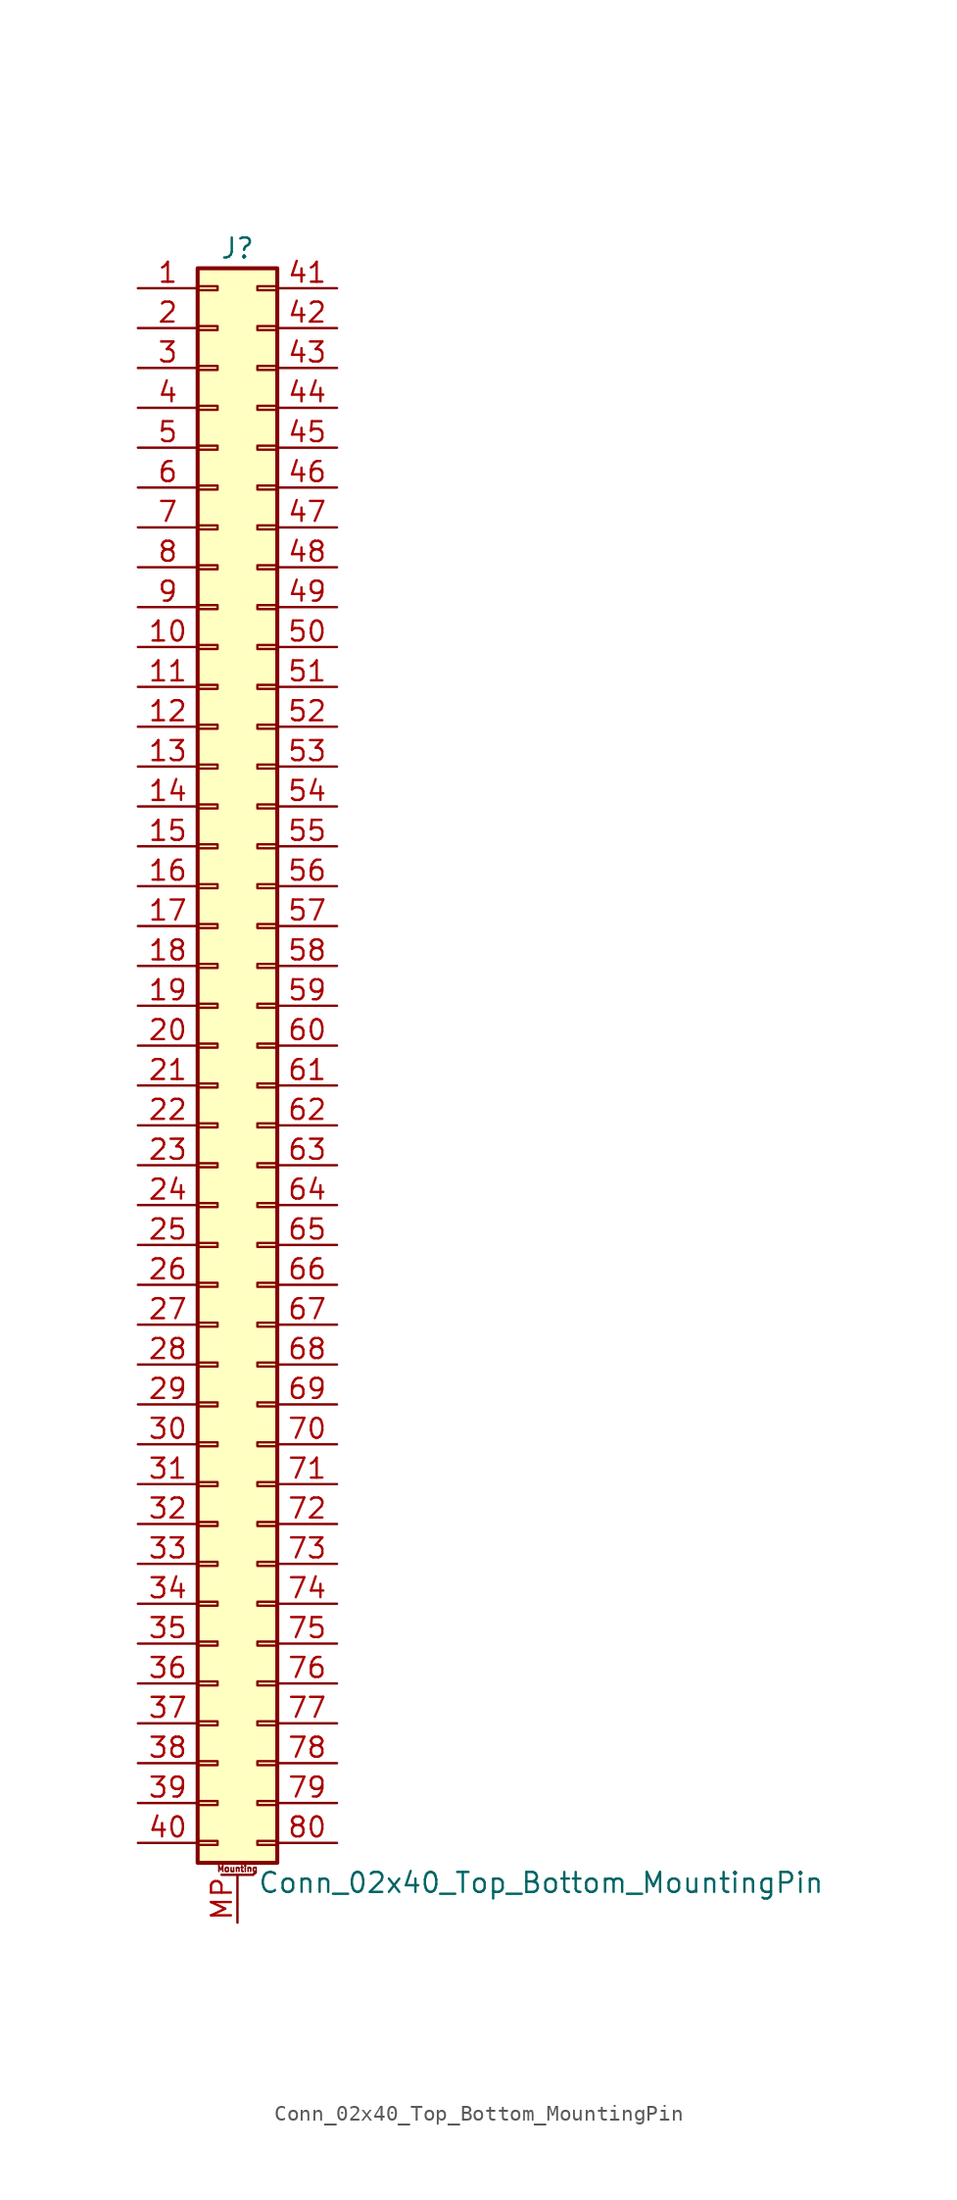
<source format=kicad_sym>
(kicad_symbol_lib
  (version 20201005)
  (generator kicad_symbol_editor)
  (symbol "Conn_02x40_Top_Bottom_MountingPin"
    (pin_names
      (offset 1.016) hide)
    (property "Reference" "J"
      (at 1.27 50.8 0)
      (effects (font (size 1.27 1.27))))
    (property "Value" "Conn_02x40_Top_Bottom_MountingPin"
      (at 2.54 -53.34 0)
      (effects (font (size 1.27 1.27)) (justify left)))
    (symbol "Conn_02x40_Top_Bottom_MountingPin_1_1"
      (text "Mounting" (at 1.27 -52.451 0) (effects (font (size 0.381 0.381))))
      (rectangle (start -1.27 -50.673) (end 0 -50.927) (stroke (width 0.152)) (fill (type none)))
      (rectangle (start -1.27 -48.133) (end 0 -48.387) (stroke (width 0.152)) (fill (type none)))
      (rectangle (start -1.27 -45.593) (end 0 -45.847) (stroke (width 0.152)) (fill (type none)))
      (rectangle (start -1.27 -43.053) (end 0 -43.307) (stroke (width 0.152)) (fill (type none)))
      (rectangle (start -1.27 -40.513) (end 0 -40.767) (stroke (width 0.152)) (fill (type none)))
      (rectangle (start -1.27 -37.973) (end 0 -38.227) (stroke (width 0.152)) (fill (type none)))
      (rectangle (start -1.27 -35.433) (end 0 -35.687) (stroke (width 0.152)) (fill (type none)))
      (rectangle (start -1.27 -32.893) (end 0 -33.147) (stroke (width 0.152)) (fill (type none)))
      (rectangle (start -1.27 -30.353) (end 0 -30.607) (stroke (width 0.152)) (fill (type none)))
      (rectangle (start -1.27 -27.813) (end 0 -28.067) (stroke (width 0.152)) (fill (type none)))
      (rectangle (start -1.27 -25.273) (end 0 -25.527) (stroke (width 0.152)) (fill (type none)))
      (rectangle (start -1.27 -22.733) (end 0 -22.987) (stroke (width 0.152)) (fill (type none)))
      (rectangle (start -1.27 -20.193) (end 0 -20.447) (stroke (width 0.152)) (fill (type none)))
      (rectangle (start -1.27 -17.653) (end 0 -17.907) (stroke (width 0.152)) (fill (type none)))
      (rectangle (start -1.27 -15.113) (end 0 -15.367) (stroke (width 0.152)) (fill (type none)))
      (rectangle (start -1.27 -12.573) (end 0 -12.827) (stroke (width 0.152)) (fill (type none)))
      (rectangle (start -1.27 -10.033) (end 0 -10.287) (stroke (width 0.152)) (fill (type none)))
      (rectangle (start -1.27 -7.493) (end 0 -7.747) (stroke (width 0.152)) (fill (type none)))
      (rectangle (start -1.27 -4.953) (end 0 -5.207) (stroke (width 0.152)) (fill (type none)))
      (rectangle (start -1.27 -2.413) (end 0 -2.667) (stroke (width 0.152)) (fill (type none)))
      (rectangle (start -1.27 0.127) (end 0 -0.127) (stroke (width 0.152)) (fill (type none)))
      (rectangle (start -1.27 2.667) (end 0 2.413) (stroke (width 0.152)) (fill (type none)))
      (rectangle (start -1.27 5.207) (end 0 4.953) (stroke (width 0.152)) (fill (type none)))
      (rectangle (start -1.27 7.747) (end 0 7.493) (stroke (width 0.152)) (fill (type none)))
      (rectangle (start -1.27 10.287) (end 0 10.033) (stroke (width 0.152)) (fill (type none)))
      (rectangle (start -1.27 12.827) (end 0 12.573) (stroke (width 0.152)) (fill (type none)))
      (rectangle (start -1.27 15.367) (end 0 15.113) (stroke (width 0.152)) (fill (type none)))
      (rectangle (start -1.27 17.907) (end 0 17.653) (stroke (width 0.152)) (fill (type none)))
      (rectangle (start -1.27 20.447) (end 0 20.193) (stroke (width 0.152)) (fill (type none)))
      (rectangle (start -1.27 22.987) (end 0 22.733) (stroke (width 0.152)) (fill (type none)))
      (rectangle (start -1.27 25.527) (end 0 25.273) (stroke (width 0.152)) (fill (type none)))
      (rectangle (start -1.27 28.067) (end 0 27.813) (stroke (width 0.152)) (fill (type none)))
      (rectangle (start -1.27 30.607) (end 0 30.353) (stroke (width 0.152)) (fill (type none)))
      (rectangle (start -1.27 33.147) (end 0 32.893) (stroke (width 0.152)) (fill (type none)))
      (rectangle (start -1.27 35.687) (end 0 35.433) (stroke (width 0.152)) (fill (type none)))
      (rectangle (start -1.27 38.227) (end 0 37.973) (stroke (width 0.152)) (fill (type none)))
      (rectangle (start -1.27 40.767) (end 0 40.513) (stroke (width 0.152)) (fill (type none)))
      (rectangle (start -1.27 43.307) (end 0 43.053) (stroke (width 0.152)) (fill (type none)))
      (rectangle (start -1.27 45.847) (end 0 45.593) (stroke (width 0.152)) (fill (type none)))
      (rectangle (start -1.27 48.387) (end 0 48.133) (stroke (width 0.152)) (fill (type none)))
      (rectangle (start 3.81 -50.673) (end 2.54 -50.927) (stroke (width 0.152)) (fill (type none)))
      (rectangle (start 3.81 -48.133) (end 2.54 -48.387) (stroke (width 0.152)) (fill (type none)))
      (rectangle (start 3.81 -45.593) (end 2.54 -45.847) (stroke (width 0.152)) (fill (type none)))
      (rectangle (start 3.81 -43.053) (end 2.54 -43.307) (stroke (width 0.152)) (fill (type none)))
      (rectangle (start 3.81 -40.513) (end 2.54 -40.767) (stroke (width 0.152)) (fill (type none)))
      (rectangle (start 3.81 -37.973) (end 2.54 -38.227) (stroke (width 0.152)) (fill (type none)))
      (rectangle (start 3.81 -35.433) (end 2.54 -35.687) (stroke (width 0.152)) (fill (type none)))
      (rectangle (start 3.81 -32.893) (end 2.54 -33.147) (stroke (width 0.152)) (fill (type none)))
      (rectangle (start 3.81 -30.353) (end 2.54 -30.607) (stroke (width 0.152)) (fill (type none)))
      (rectangle (start 3.81 -27.813) (end 2.54 -28.067) (stroke (width 0.152)) (fill (type none)))
      (rectangle (start 3.81 -25.273) (end 2.54 -25.527) (stroke (width 0.152)) (fill (type none)))
      (rectangle (start 3.81 -22.733) (end 2.54 -22.987) (stroke (width 0.152)) (fill (type none)))
      (rectangle (start 3.81 -20.193) (end 2.54 -20.447) (stroke (width 0.152)) (fill (type none)))
      (rectangle (start 3.81 -17.653) (end 2.54 -17.907) (stroke (width 0.152)) (fill (type none)))
      (rectangle (start 3.81 -15.113) (end 2.54 -15.367) (stroke (width 0.152)) (fill (type none)))
      (rectangle (start 3.81 -12.573) (end 2.54 -12.827) (stroke (width 0.152)) (fill (type none)))
      (rectangle (start 3.81 -10.033) (end 2.54 -10.287) (stroke (width 0.152)) (fill (type none)))
      (rectangle (start 3.81 -7.493) (end 2.54 -7.747) (stroke (width 0.152)) (fill (type none)))
      (rectangle (start 3.81 -4.953) (end 2.54 -5.207) (stroke (width 0.152)) (fill (type none)))
      (rectangle (start 3.81 -2.413) (end 2.54 -2.667) (stroke (width 0.152)) (fill (type none)))
      (rectangle (start 3.81 0.127) (end 2.54 -0.127) (stroke (width 0.152)) (fill (type none)))
      (rectangle (start 3.81 2.667) (end 2.54 2.413) (stroke (width 0.152)) (fill (type none)))
      (rectangle (start 3.81 5.207) (end 2.54 4.953) (stroke (width 0.152)) (fill (type none)))
      (rectangle (start 3.81 7.747) (end 2.54 7.493) (stroke (width 0.152)) (fill (type none)))
      (rectangle (start 3.81 10.287) (end 2.54 10.033) (stroke (width 0.152)) (fill (type none)))
      (rectangle (start 3.81 12.827) (end 2.54 12.573) (stroke (width 0.152)) (fill (type none)))
      (rectangle (start 3.81 15.367) (end 2.54 15.113) (stroke (width 0.152)) (fill (type none)))
      (rectangle (start 3.81 17.907) (end 2.54 17.653) (stroke (width 0.152)) (fill (type none)))
      (rectangle (start 3.81 20.447) (end 2.54 20.193) (stroke (width 0.152)) (fill (type none)))
      (rectangle (start 3.81 22.987) (end 2.54 22.733) (stroke (width 0.152)) (fill (type none)))
      (rectangle (start 3.81 25.527) (end 2.54 25.273) (stroke (width 0.152)) (fill (type none)))
      (rectangle (start 3.81 28.067) (end 2.54 27.813) (stroke (width 0.152)) (fill (type none)))
      (rectangle (start 3.81 30.607) (end 2.54 30.353) (stroke (width 0.152)) (fill (type none)))
      (rectangle (start 3.81 33.147) (end 2.54 32.893) (stroke (width 0.152)) (fill (type none)))
      (rectangle (start 3.81 35.687) (end 2.54 35.433) (stroke (width 0.152)) (fill (type none)))
      (rectangle (start 3.81 38.227) (end 2.54 37.973) (stroke (width 0.152)) (fill (type none)))
      (rectangle (start 3.81 40.767) (end 2.54 40.513) (stroke (width 0.152)) (fill (type none)))
      (rectangle (start 3.81 43.307) (end 2.54 43.053) (stroke (width 0.152)) (fill (type none)))
      (rectangle (start 3.81 45.847) (end 2.54 45.593) (stroke (width 0.152)) (fill (type none)))
      (rectangle (start 3.81 48.387) (end 2.54 48.133) (stroke (width 0.152)) (fill (type none)))
      (rectangle (start -1.27 49.53) (end 3.81 -52.07) (stroke (width 0.254)) (fill (type background)))
      (polyline (pts (xy 0.254 -52.832) (xy 2.286 -52.832)) (stroke (width 0.152)) (fill (type none)))
      (pin passive line (at -5.08 48.26 0) (length 3.81) (name "Pin_1" (effects (font (size 1.27 1.27)))) (number "1" (effects (font (size 1.27 1.27)))))
      (pin passive line (at -5.08 25.4 0) (length 3.81) (name "Pin_10" (effects (font (size 1.27 1.27)))) (number "10" (effects (font (size 1.27 1.27)))))
      (pin passive line (at -5.08 22.86 0) (length 3.81) (name "Pin_11" (effects (font (size 1.27 1.27)))) (number "11" (effects (font (size 1.27 1.27)))))
      (pin passive line (at -5.08 20.32 0) (length 3.81) (name "Pin_12" (effects (font (size 1.27 1.27)))) (number "12" (effects (font (size 1.27 1.27)))))
      (pin passive line (at -5.08 17.78 0) (length 3.81) (name "Pin_13" (effects (font (size 1.27 1.27)))) (number "13" (effects (font (size 1.27 1.27)))))
      (pin passive line (at -5.08 15.24 0) (length 3.81) (name "Pin_14" (effects (font (size 1.27 1.27)))) (number "14" (effects (font (size 1.27 1.27)))))
      (pin passive line (at -5.08 12.7 0) (length 3.81) (name "Pin_15" (effects (font (size 1.27 1.27)))) (number "15" (effects (font (size 1.27 1.27)))))
      (pin passive line (at -5.08 10.16 0) (length 3.81) (name "Pin_16" (effects (font (size 1.27 1.27)))) (number "16" (effects (font (size 1.27 1.27)))))
      (pin passive line (at -5.08 7.62 0) (length 3.81) (name "Pin_17" (effects (font (size 1.27 1.27)))) (number "17" (effects (font (size 1.27 1.27)))))
      (pin passive line (at -5.08 5.08 0) (length 3.81) (name "Pin_18" (effects (font (size 1.27 1.27)))) (number "18" (effects (font (size 1.27 1.27)))))
      (pin passive line (at -5.08 2.54 0) (length 3.81) (name "Pin_19" (effects (font (size 1.27 1.27)))) (number "19" (effects (font (size 1.27 1.27)))))
      (pin passive line (at -5.08 45.72 0) (length 3.81) (name "Pin_2" (effects (font (size 1.27 1.27)))) (number "2" (effects (font (size 1.27 1.27)))))
      (pin passive line (at -5.08 0 0) (length 3.81) (name "Pin_20" (effects (font (size 1.27 1.27)))) (number "20" (effects (font (size 1.27 1.27)))))
      (pin passive line (at -5.08 -2.54 0) (length 3.81) (name "Pin_21" (effects (font (size 1.27 1.27)))) (number "21" (effects (font (size 1.27 1.27)))))
      (pin passive line (at -5.08 -5.08 0) (length 3.81) (name "Pin_22" (effects (font (size 1.27 1.27)))) (number "22" (effects (font (size 1.27 1.27)))))
      (pin passive line (at -5.08 -7.62 0) (length 3.81) (name "Pin_23" (effects (font (size 1.27 1.27)))) (number "23" (effects (font (size 1.27 1.27)))))
      (pin passive line (at -5.08 -10.16 0) (length 3.81) (name "Pin_24" (effects (font (size 1.27 1.27)))) (number "24" (effects (font (size 1.27 1.27)))))
      (pin passive line (at -5.08 -12.7 0) (length 3.81) (name "Pin_25" (effects (font (size 1.27 1.27)))) (number "25" (effects (font (size 1.27 1.27)))))
      (pin passive line (at -5.08 -15.24 0) (length 3.81) (name "Pin_26" (effects (font (size 1.27 1.27)))) (number "26" (effects (font (size 1.27 1.27)))))
      (pin passive line (at -5.08 -17.78 0) (length 3.81) (name "Pin_27" (effects (font (size 1.27 1.27)))) (number "27" (effects (font (size 1.27 1.27)))))
      (pin passive line (at -5.08 -20.32 0) (length 3.81) (name "Pin_28" (effects (font (size 1.27 1.27)))) (number "28" (effects (font (size 1.27 1.27)))))
      (pin passive line (at -5.08 -22.86 0) (length 3.81) (name "Pin_29" (effects (font (size 1.27 1.27)))) (number "29" (effects (font (size 1.27 1.27)))))
      (pin passive line (at -5.08 43.18 0) (length 3.81) (name "Pin_3" (effects (font (size 1.27 1.27)))) (number "3" (effects (font (size 1.27 1.27)))))
      (pin passive line (at -5.08 -25.4 0) (length 3.81) (name "Pin_30" (effects (font (size 1.27 1.27)))) (number "30" (effects (font (size 1.27 1.27)))))
      (pin passive line (at -5.08 -27.94 0) (length 3.81) (name "Pin_31" (effects (font (size 1.27 1.27)))) (number "31" (effects (font (size 1.27 1.27)))))
      (pin passive line (at -5.08 -30.48 0) (length 3.81) (name "Pin_32" (effects (font (size 1.27 1.27)))) (number "32" (effects (font (size 1.27 1.27)))))
      (pin passive line (at -5.08 -33.02 0) (length 3.81) (name "Pin_33" (effects (font (size 1.27 1.27)))) (number "33" (effects (font (size 1.27 1.27)))))
      (pin passive line (at -5.08 -35.56 0) (length 3.81) (name "Pin_34" (effects (font (size 1.27 1.27)))) (number "34" (effects (font (size 1.27 1.27)))))
      (pin passive line (at -5.08 -38.1 0) (length 3.81) (name "Pin_35" (effects (font (size 1.27 1.27)))) (number "35" (effects (font (size 1.27 1.27)))))
      (pin passive line (at -5.08 -40.64 0) (length 3.81) (name "Pin_36" (effects (font (size 1.27 1.27)))) (number "36" (effects (font (size 1.27 1.27)))))
      (pin passive line (at -5.08 -43.18 0) (length 3.81) (name "Pin_37" (effects (font (size 1.27 1.27)))) (number "37" (effects (font (size 1.27 1.27)))))
      (pin passive line (at -5.08 -45.72 0) (length 3.81) (name "Pin_38" (effects (font (size 1.27 1.27)))) (number "38" (effects (font (size 1.27 1.27)))))
      (pin passive line (at -5.08 -48.26 0) (length 3.81) (name "Pin_39" (effects (font (size 1.27 1.27)))) (number "39" (effects (font (size 1.27 1.27)))))
      (pin passive line (at -5.08 40.64 0) (length 3.81) (name "Pin_4" (effects (font (size 1.27 1.27)))) (number "4" (effects (font (size 1.27 1.27)))))
      (pin passive line (at -5.08 -50.8 0) (length 3.81) (name "Pin_40" (effects (font (size 1.27 1.27)))) (number "40" (effects (font (size 1.27 1.27)))))
      (pin passive line (at 7.62 48.26 180) (length 3.81) (name "Pin_41" (effects (font (size 1.27 1.27)))) (number "41" (effects (font (size 1.27 1.27)))))
      (pin passive line (at 7.62 45.72 180) (length 3.81) (name "Pin_42" (effects (font (size 1.27 1.27)))) (number "42" (effects (font (size 1.27 1.27)))))
      (pin passive line (at 7.62 43.18 180) (length 3.81) (name "Pin_43" (effects (font (size 1.27 1.27)))) (number "43" (effects (font (size 1.27 1.27)))))
      (pin passive line (at 7.62 40.64 180) (length 3.81) (name "Pin_44" (effects (font (size 1.27 1.27)))) (number "44" (effects (font (size 1.27 1.27)))))
      (pin passive line (at 7.62 38.1 180) (length 3.81) (name "Pin_45" (effects (font (size 1.27 1.27)))) (number "45" (effects (font (size 1.27 1.27)))))
      (pin passive line (at 7.62 35.56 180) (length 3.81) (name "Pin_46" (effects (font (size 1.27 1.27)))) (number "46" (effects (font (size 1.27 1.27)))))
      (pin passive line (at 7.62 33.02 180) (length 3.81) (name "Pin_47" (effects (font (size 1.27 1.27)))) (number "47" (effects (font (size 1.27 1.27)))))
      (pin passive line (at 7.62 30.48 180) (length 3.81) (name "Pin_48" (effects (font (size 1.27 1.27)))) (number "48" (effects (font (size 1.27 1.27)))))
      (pin passive line (at 7.62 27.94 180) (length 3.81) (name "Pin_49" (effects (font (size 1.27 1.27)))) (number "49" (effects (font (size 1.27 1.27)))))
      (pin passive line (at -5.08 38.1 0) (length 3.81) (name "Pin_5" (effects (font (size 1.27 1.27)))) (number "5" (effects (font (size 1.27 1.27)))))
      (pin passive line (at 7.62 25.4 180) (length 3.81) (name "Pin_50" (effects (font (size 1.27 1.27)))) (number "50" (effects (font (size 1.27 1.27)))))
      (pin passive line (at 7.62 22.86 180) (length 3.81) (name "Pin_51" (effects (font (size 1.27 1.27)))) (number "51" (effects (font (size 1.27 1.27)))))
      (pin passive line (at 7.62 20.32 180) (length 3.81) (name "Pin_52" (effects (font (size 1.27 1.27)))) (number "52" (effects (font (size 1.27 1.27)))))
      (pin passive line (at 7.62 17.78 180) (length 3.81) (name "Pin_53" (effects (font (size 1.27 1.27)))) (number "53" (effects (font (size 1.27 1.27)))))
      (pin passive line (at 7.62 15.24 180) (length 3.81) (name "Pin_54" (effects (font (size 1.27 1.27)))) (number "54" (effects (font (size 1.27 1.27)))))
      (pin passive line (at 7.62 12.7 180) (length 3.81) (name "Pin_55" (effects (font (size 1.27 1.27)))) (number "55" (effects (font (size 1.27 1.27)))))
      (pin passive line (at 7.62 10.16 180) (length 3.81) (name "Pin_56" (effects (font (size 1.27 1.27)))) (number "56" (effects (font (size 1.27 1.27)))))
      (pin passive line (at 7.62 7.62 180) (length 3.81) (name "Pin_57" (effects (font (size 1.27 1.27)))) (number "57" (effects (font (size 1.27 1.27)))))
      (pin passive line (at 7.62 5.08 180) (length 3.81) (name "Pin_58" (effects (font (size 1.27 1.27)))) (number "58" (effects (font (size 1.27 1.27)))))
      (pin passive line (at 7.62 2.54 180) (length 3.81) (name "Pin_59" (effects (font (size 1.27 1.27)))) (number "59" (effects (font (size 1.27 1.27)))))
      (pin passive line (at -5.08 35.56 0) (length 3.81) (name "Pin_6" (effects (font (size 1.27 1.27)))) (number "6" (effects (font (size 1.27 1.27)))))
      (pin passive line (at 7.62 0 180) (length 3.81) (name "Pin_60" (effects (font (size 1.27 1.27)))) (number "60" (effects (font (size 1.27 1.27)))))
      (pin passive line (at 7.62 -2.54 180) (length 3.81) (name "Pin_61" (effects (font (size 1.27 1.27)))) (number "61" (effects (font (size 1.27 1.27)))))
      (pin passive line (at 7.62 -5.08 180) (length 3.81) (name "Pin_62" (effects (font (size 1.27 1.27)))) (number "62" (effects (font (size 1.27 1.27)))))
      (pin passive line (at 7.62 -7.62 180) (length 3.81) (name "Pin_63" (effects (font (size 1.27 1.27)))) (number "63" (effects (font (size 1.27 1.27)))))
      (pin passive line (at 7.62 -10.16 180) (length 3.81) (name "Pin_64" (effects (font (size 1.27 1.27)))) (number "64" (effects (font (size 1.27 1.27)))))
      (pin passive line (at 7.62 -12.7 180) (length 3.81) (name "Pin_65" (effects (font (size 1.27 1.27)))) (number "65" (effects (font (size 1.27 1.27)))))
      (pin passive line (at 7.62 -15.24 180) (length 3.81) (name "Pin_66" (effects (font (size 1.27 1.27)))) (number "66" (effects (font (size 1.27 1.27)))))
      (pin passive line (at 7.62 -17.78 180) (length 3.81) (name "Pin_67" (effects (font (size 1.27 1.27)))) (number "67" (effects (font (size 1.27 1.27)))))
      (pin passive line (at 7.62 -20.32 180) (length 3.81) (name "Pin_68" (effects (font (size 1.27 1.27)))) (number "68" (effects (font (size 1.27 1.27)))))
      (pin passive line (at 7.62 -22.86 180) (length 3.81) (name "Pin_69" (effects (font (size 1.27 1.27)))) (number "69" (effects (font (size 1.27 1.27)))))
      (pin passive line (at -5.08 33.02 0) (length 3.81) (name "Pin_7" (effects (font (size 1.27 1.27)))) (number "7" (effects (font (size 1.27 1.27)))))
      (pin passive line (at 7.62 -25.4 180) (length 3.81) (name "Pin_70" (effects (font (size 1.27 1.27)))) (number "70" (effects (font (size 1.27 1.27)))))
      (pin passive line (at 7.62 -27.94 180) (length 3.81) (name "Pin_71" (effects (font (size 1.27 1.27)))) (number "71" (effects (font (size 1.27 1.27)))))
      (pin passive line (at 7.62 -30.48 180) (length 3.81) (name "Pin_72" (effects (font (size 1.27 1.27)))) (number "72" (effects (font (size 1.27 1.27)))))
      (pin passive line (at 7.62 -33.02 180) (length 3.81) (name "Pin_73" (effects (font (size 1.27 1.27)))) (number "73" (effects (font (size 1.27 1.27)))))
      (pin passive line (at 7.62 -35.56 180) (length 3.81) (name "Pin_74" (effects (font (size 1.27 1.27)))) (number "74" (effects (font (size 1.27 1.27)))))
      (pin passive line (at 7.62 -38.1 180) (length 3.81) (name "Pin_75" (effects (font (size 1.27 1.27)))) (number "75" (effects (font (size 1.27 1.27)))))
      (pin passive line (at 7.62 -40.64 180) (length 3.81) (name "Pin_76" (effects (font (size 1.27 1.27)))) (number "76" (effects (font (size 1.27 1.27)))))
      (pin passive line (at 7.62 -43.18 180) (length 3.81) (name "Pin_77" (effects (font (size 1.27 1.27)))) (number "77" (effects (font (size 1.27 1.27)))))
      (pin passive line (at 7.62 -45.72 180) (length 3.81) (name "Pin_78" (effects (font (size 1.27 1.27)))) (number "78" (effects (font (size 1.27 1.27)))))
      (pin passive line (at 7.62 -48.26 180) (length 3.81) (name "Pin_79" (effects (font (size 1.27 1.27)))) (number "79" (effects (font (size 1.27 1.27)))))
      (pin passive line (at -5.08 30.48 0) (length 3.81) (name "Pin_8" (effects (font (size 1.27 1.27)))) (number "8" (effects (font (size 1.27 1.27)))))
      (pin passive line (at 7.62 -50.8 180) (length 3.81) (name "Pin_80" (effects (font (size 1.27 1.27)))) (number "80" (effects (font (size 1.27 1.27)))))
      (pin passive line (at -5.08 27.94 0) (length 3.81) (name "Pin_9" (effects (font (size 1.27 1.27)))) (number "9" (effects (font (size 1.27 1.27)))))
      (pin passive line (at 1.27 -55.88 90) (length 3.048) (name "MountPin" (effects (font (size 1.27 1.27)))) (number "MP" (effects (font (size 1.27 1.27))))))))
</source>
